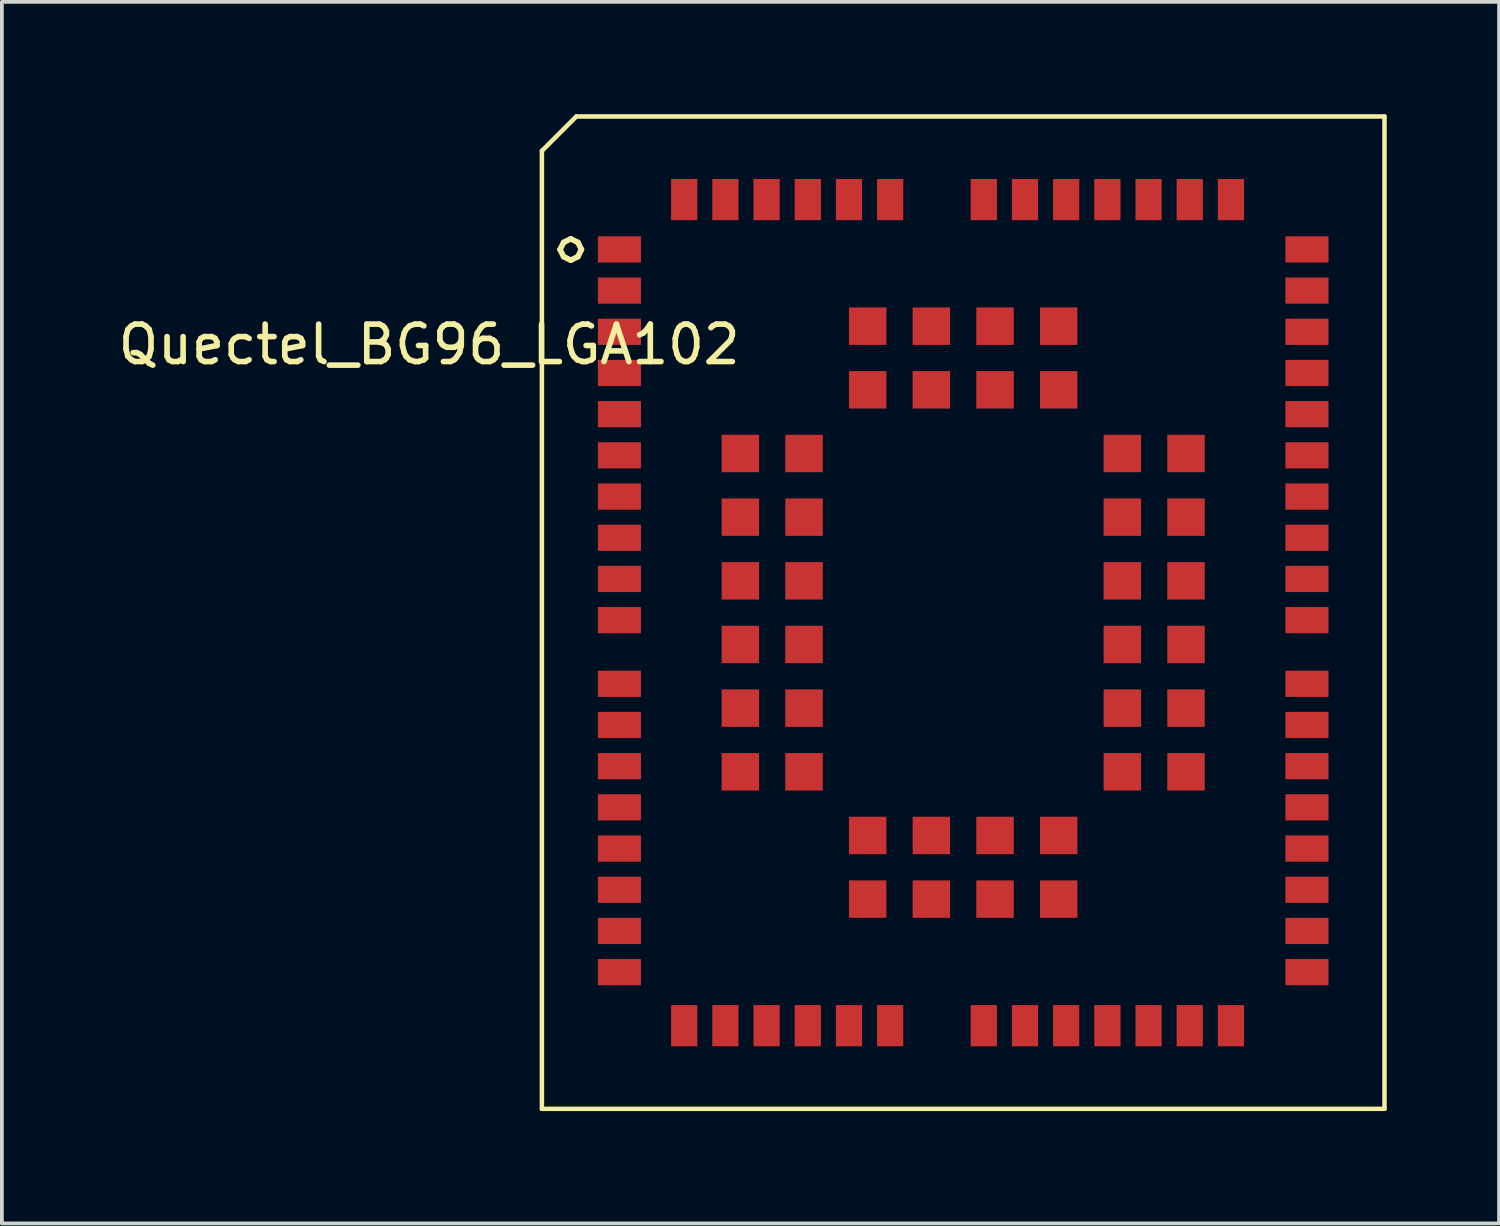
<source format=kicad_pcb>
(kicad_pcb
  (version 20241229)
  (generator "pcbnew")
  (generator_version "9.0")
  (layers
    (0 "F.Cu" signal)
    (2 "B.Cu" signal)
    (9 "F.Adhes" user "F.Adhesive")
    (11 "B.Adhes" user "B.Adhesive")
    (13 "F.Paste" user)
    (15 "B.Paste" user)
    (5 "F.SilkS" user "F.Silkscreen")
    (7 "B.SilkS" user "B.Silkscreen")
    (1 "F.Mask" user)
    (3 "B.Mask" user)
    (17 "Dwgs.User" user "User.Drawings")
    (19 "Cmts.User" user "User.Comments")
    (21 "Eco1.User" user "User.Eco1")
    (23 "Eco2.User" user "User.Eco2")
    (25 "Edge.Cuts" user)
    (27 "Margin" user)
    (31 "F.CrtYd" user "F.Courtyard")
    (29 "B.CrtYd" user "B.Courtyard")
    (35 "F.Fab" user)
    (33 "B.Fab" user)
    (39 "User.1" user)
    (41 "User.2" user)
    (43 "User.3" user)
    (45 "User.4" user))
  (footprint "Quectel_BG96_LGA102"
    (layer "F.Cu")
    (at 13.491 3.61)
    (property "Reference" "Quectel_BG96_LGA102" (at -5.08 2.54 0) (layer "F.SilkS") (effects (font (size 1 1) (thickness 0.15))))
    (attr through_hole)
    (fp_line (start -2.07 -2.63) (end -2.07 22.95) (stroke (width 0.12) (type solid)) (layer "F.SilkS"))
    (fp_line (start -2.07 22.95) (end 20.43 22.95) (stroke (width 0.12) (type solid)) (layer "F.SilkS"))
    (fp_line (start -1.15 -3.55) (end -2.07 -2.63) (stroke (width 0.12) (type solid)) (layer "F.SilkS"))
    (fp_line (start -1.15 -3.55) (end 20.43 -3.55) (stroke (width 0.12) (type solid)) (layer "F.SilkS"))
    (fp_line (start 20.43 -3.55) (end 20.43 22.95) (stroke (width 0.12) (type solid)) (layer "F.SilkS"))
    (fp_text user "°" (at -1.3 0.8 0) (layer "F.SilkS") (effects (font (size 2 2) (thickness 0.15))))
    (pad "1" smd rect (at 0 0) (size 1.15 0.7) (layers "F.Cu" "F.Mask" "F.Paste"))
    (pad "2" smd rect (at 0 1.1) (size 1.15 0.7) (layers "F.Cu" "F.Mask" "F.Paste"))
    (pad "3" smd rect (at 0 2.2) (size 1.15 0.7) (layers "F.Cu" "F.Mask" "F.Paste"))
    (pad "4" smd rect (at 0 3.3) (size 1.15 0.7) (layers "F.Cu" "F.Mask" "F.Paste"))
    (pad "5" smd rect (at 0 4.4) (size 1.15 0.7) (layers "F.Cu" "F.Mask" "F.Paste"))
    (pad "6" smd rect (at 0 5.5) (size 1.15 0.7) (layers "F.Cu" "F.Mask" "F.Paste"))
    (pad "7" smd rect (at 0 6.6) (size 1.15 0.7) (layers "F.Cu" "F.Mask" "F.Paste"))
    (pad "8" smd rect (at 0 7.7) (size 1.15 0.7) (layers "F.Cu" "F.Mask" "F.Paste"))
    (pad "9" smd rect (at 0 8.8) (size 1.15 0.7) (layers "F.Cu" "F.Mask" "F.Paste"))
    (pad "10" smd rect (at 0 9.9) (size 1.15 0.7) (layers "F.Cu" "F.Mask" "F.Paste"))
    (pad "11" smd rect (at 0 11.6) (size 1.15 0.7) (layers "F.Cu" "F.Mask" "F.Paste"))
    (pad "12" smd rect (at 0 12.7) (size 1.15 0.7) (layers "F.Cu" "F.Mask" "F.Paste"))
    (pad "13" smd rect (at 0 13.8) (size 1.15 0.7) (layers "F.Cu" "F.Mask" "F.Paste"))
    (pad "14" smd rect (at 0 14.9) (size 1.15 0.7) (layers "F.Cu" "F.Mask" "F.Paste"))
    (pad "15" smd rect (at 0 16) (size 1.15 0.7) (layers "F.Cu" "F.Mask" "F.Paste"))
    (pad "16" smd rect (at 0 17.1) (size 1.15 0.7) (layers "F.Cu" "F.Mask" "F.Paste"))
    (pad "17" smd rect (at 0 18.2) (size 1.15 0.7) (layers "F.Cu" "F.Mask" "F.Paste"))
    (pad "18" smd rect (at 0 19.3) (size 1.15 0.7) (layers "F.Cu" "F.Mask" "F.Paste"))
    (pad "19" smd rect (at 1.73 20.73) (size 0.7 1.1) (layers "F.Cu" "F.Mask" "F.Paste"))
    (pad "20" smd rect (at 2.83 20.73) (size 0.7 1.1) (layers "F.Cu" "F.Mask" "F.Paste"))
    (pad "21" smd rect (at 3.93 20.73) (size 0.7 1.1) (layers "F.Cu" "F.Mask" "F.Paste"))
    (pad "22" smd rect (at 5.03 20.73) (size 0.7 1.1) (layers "F.Cu" "F.Mask" "F.Paste"))
    (pad "23" smd rect (at 6.13 20.73) (size 0.7 1.1) (layers "F.Cu" "F.Mask" "F.Paste"))
    (pad "24" smd rect (at 7.23 20.73) (size 0.7 1.1) (layers "F.Cu" "F.Mask" "F.Paste"))
    (pad "25" smd rect (at 9.73 20.73) (size 0.7 1.1) (layers "F.Cu" "F.Mask" "F.Paste"))
    (pad "26" smd rect (at 10.83 20.73) (size 0.7 1.1) (layers "F.Cu" "F.Mask" "F.Paste"))
    (pad "27" smd rect (at 11.93 20.73) (size 0.7 1.1) (layers "F.Cu" "F.Mask" "F.Paste"))
    (pad "28" smd rect (at 13.03 20.73) (size 0.7 1.1) (layers "F.Cu" "F.Mask" "F.Paste"))
    (pad "29" smd rect (at 14.13 20.73) (size 0.7 1.1) (layers "F.Cu" "F.Mask" "F.Paste"))
    (pad "30" smd rect (at 15.23 20.73) (size 0.7 1.1) (layers "F.Cu" "F.Mask" "F.Paste"))
    (pad "31" smd rect (at 16.33 20.73) (size 0.7 1.1) (layers "F.Cu" "F.Mask" "F.Paste"))
    (pad "32" smd rect (at 18.36 19.3) (size 1.15 0.7) (layers "F.Cu" "F.Mask" "F.Paste"))
    (pad "33" smd rect (at 18.36 18.2) (size 1.15 0.7) (layers "F.Cu" "F.Mask" "F.Paste"))
    (pad "34" smd rect (at 18.36 17.1) (size 1.15 0.7) (layers "F.Cu" "F.Mask" "F.Paste"))
    (pad "35" smd rect (at 18.36 16) (size 1.15 0.7) (layers "F.Cu" "F.Mask" "F.Paste"))
    (pad "36" smd rect (at 18.36 14.9) (size 1.15 0.7) (layers "F.Cu" "F.Mask" "F.Paste"))
    (pad "37" smd rect (at 18.36 13.8) (size 1.15 0.7) (layers "F.Cu" "F.Mask" "F.Paste"))
    (pad "38" smd rect (at 18.36 12.7) (size 1.15 0.7) (layers "F.Cu" "F.Mask" "F.Paste"))
    (pad "39" smd rect (at 18.36 11.6) (size 1.15 0.7) (layers "F.Cu" "F.Mask" "F.Paste"))
    (pad "40" smd rect (at 18.36 9.9) (size 1.15 0.7) (layers "F.Cu" "F.Mask" "F.Paste"))
    (pad "41" smd rect (at 18.36 8.8) (size 1.15 0.7) (layers "F.Cu" "F.Mask" "F.Paste"))
    (pad "42" smd rect (at 18.36 7.7) (size 1.15 0.7) (layers "F.Cu" "F.Mask" "F.Paste"))
    (pad "43" smd rect (at 18.36 6.6) (size 1.15 0.7) (layers "F.Cu" "F.Mask" "F.Paste"))
    (pad "44" smd rect (at 18.36 5.5) (size 1.15 0.7) (layers "F.Cu" "F.Mask" "F.Paste"))
    (pad "45" smd rect (at 18.36 4.4) (size 1.15 0.7) (layers "F.Cu" "F.Mask" "F.Paste"))
    (pad "46" smd rect (at 18.36 3.3) (size 1.15 0.7) (layers "F.Cu" "F.Mask" "F.Paste"))
    (pad "47" smd rect (at 18.36 2.2) (size 1.15 0.7) (layers "F.Cu" "F.Mask" "F.Paste"))
    (pad "48" smd rect (at 18.36 1.1) (size 1.15 0.7) (layers "F.Cu" "F.Mask" "F.Paste"))
    (pad "49" smd rect (at 18.36 0) (size 1.15 0.7) (layers "F.Cu" "F.Mask" "F.Paste"))
    (pad "50" smd rect (at 16.33 -1.33) (size 0.7 1.1) (layers "F.Cu" "F.Mask" "F.Paste"))
    (pad "51" smd rect (at 15.23 -1.33) (size 0.7 1.1) (layers "F.Cu" "F.Mask" "F.Paste"))
    (pad "52" smd rect (at 14.13 -1.33) (size 0.7 1.1) (layers "F.Cu" "F.Mask" "F.Paste"))
    (pad "53" smd rect (at 13.03 -1.33) (size 0.7 1.1) (layers "F.Cu" "F.Mask" "F.Paste"))
    (pad "54" smd rect (at 11.93 -1.33) (size 0.7 1.1) (layers "F.Cu" "F.Mask" "F.Paste"))
    (pad "55" smd rect (at 10.83 -1.33) (size 0.7 1.1) (layers "F.Cu" "F.Mask" "F.Paste"))
    (pad "56" smd rect (at 9.73 -1.33) (size 0.7 1.1) (layers "F.Cu" "F.Mask" "F.Paste"))
    (pad "57" smd rect (at 7.23 -1.33) (size 0.7 1.1) (layers "F.Cu" "F.Mask" "F.Paste"))
    (pad "58" smd rect (at 6.13 -1.33) (size 0.7 1.1) (layers "F.Cu" "F.Mask" "F.Paste"))
    (pad "59" smd rect (at 5.03 -1.33) (size 0.7 1.1) (layers "F.Cu" "F.Mask" "F.Paste"))
    (pad "60" smd rect (at 3.93 -1.33) (size 0.7 1.1) (layers "F.Cu" "F.Mask" "F.Paste"))
    (pad "61" smd rect (at 2.83 -1.33) (size 0.7 1.1) (layers "F.Cu" "F.Mask" "F.Paste"))
    (pad "62" smd rect (at 1.73 -1.33) (size 0.7 1.1) (layers "F.Cu" "F.Mask" "F.Paste"))
    (pad "63" smd rect (at 3.23 5.45) (size 1 1) (layers "F.Cu" "F.Mask" "F.Paste"))
    (pad "64" smd rect (at 3.23 7.15) (size 1 1) (layers "F.Cu" "F.Mask" "F.Paste"))
    (pad "65" smd rect (at 3.23 8.85) (size 1 1) (layers "F.Cu" "F.Mask" "F.Paste"))
    (pad "66" smd rect (at 3.23 10.55) (size 1 1) (layers "F.Cu" "F.Mask" "F.Paste"))
    (pad "67" smd rect (at 3.23 12.25) (size 1 1) (layers "F.Cu" "F.Mask" "F.Paste"))
    (pad "68" smd rect (at 3.23 13.95) (size 1 1) (layers "F.Cu" "F.Mask" "F.Paste"))
    (pad "69" smd rect (at 6.63 17.35) (size 1 1) (layers "F.Cu" "F.Mask" "F.Paste"))
    (pad "70" smd rect (at 8.33 17.35) (size 1 1) (layers "F.Cu" "F.Mask" "F.Paste"))
    (pad "71" smd rect (at 10.03 17.35) (size 1 1) (layers "F.Cu" "F.Mask" "F.Paste"))
    (pad "72" smd rect (at 11.73 17.35) (size 1 1) (layers "F.Cu" "F.Mask" "F.Paste"))
    (pad "73" smd rect (at 15.13 13.95) (size 1 1) (layers "F.Cu" "F.Mask" "F.Paste"))
    (pad "74" smd rect (at 15.13 12.25) (size 1 1) (layers "F.Cu" "F.Mask" "F.Paste"))
    (pad "75" smd rect (at 15.13 10.55) (size 1 1) (layers "F.Cu" "F.Mask" "F.Paste"))
    (pad "76" smd rect (at 15.13 8.85) (size 1 1) (layers "F.Cu" "F.Mask" "F.Paste"))
    (pad "77" smd rect (at 15.13 7.15) (size 1 1) (layers "F.Cu" "F.Mask" "F.Paste"))
    (pad "78" smd rect (at 15.13 5.45) (size 1 1) (layers "F.Cu" "F.Mask" "F.Paste"))
    (pad "79" smd rect (at 11.73 2.05) (size 1 1) (layers "F.Cu" "F.Mask" "F.Paste"))
    (pad "80" smd rect (at 10.03 2.05) (size 1 1) (layers "F.Cu" "F.Mask" "F.Paste"))
    (pad "81" smd rect (at 8.33 2.05) (size 1 1) (layers "F.Cu" "F.Mask" "F.Paste"))
    (pad "82" smd rect (at 6.63 2.05) (size 1 1) (layers "F.Cu" "F.Mask" "F.Paste"))
    (pad "83" smd rect (at 4.93 5.45) (size 1 1) (layers "F.Cu" "F.Mask" "F.Paste"))
    (pad "84" smd rect (at 4.93 7.15) (size 1 1) (layers "F.Cu" "F.Mask" "F.Paste"))
    (pad "85" smd rect (at 4.93 8.85) (size 1 1) (layers "F.Cu" "F.Mask" "F.Paste"))
    (pad "86" smd rect (at 4.93 10.55) (size 1 1) (layers "F.Cu" "F.Mask" "F.Paste"))
    (pad "87" smd rect (at 4.93 12.25) (size 1 1) (layers "F.Cu" "F.Mask" "F.Paste"))
    (pad "88" smd rect (at 4.93 13.95) (size 1 1) (layers "F.Cu" "F.Mask" "F.Paste"))
    (pad "89" smd rect (at 6.63 15.65) (size 1 1) (layers "F.Cu" "F.Mask" "F.Paste"))
    (pad "90" smd rect (at 8.33 15.65) (size 1 1) (layers "F.Cu" "F.Mask" "F.Paste"))
    (pad "91" smd rect (at 10.03 15.65) (size 1 1) (layers "F.Cu" "F.Mask" "F.Paste"))
    (pad "92" smd rect (at 11.73 15.65) (size 1 1) (layers "F.Cu" "F.Mask" "F.Paste"))
    (pad "93" smd rect (at 13.43 13.95) (size 1 1) (layers "F.Cu" "F.Mask" "F.Paste"))
    (pad "94" smd rect (at 13.43 12.25) (size 1 1) (layers "F.Cu" "F.Mask" "F.Paste"))
    (pad "95" smd rect (at 13.43 10.55) (size 1 1) (layers "F.Cu" "F.Mask" "F.Paste"))
    (pad "96" smd rect (at 13.43 8.85) (size 1 1) (layers "F.Cu" "F.Mask" "F.Paste"))
    (pad "97" smd rect (at 13.43 7.15) (size 1 1) (layers "F.Cu" "F.Mask" "F.Paste"))
    (pad "98" smd rect (at 13.43 5.45) (size 1 1) (layers "F.Cu" "F.Mask" "F.Paste"))
    (pad "99" smd rect (at 11.73 3.75) (size 1 1) (layers "F.Cu" "F.Mask" "F.Paste"))
    (pad "100" smd rect (at 10.03 3.75) (size 1 1) (layers "F.Cu" "F.Mask" "F.Paste"))
    (pad "101" smd rect (at 8.33 3.75) (size 1 1) (layers "F.Cu" "F.Mask" "F.Paste"))
    (pad "102" smd rect (at 6.63 3.75) (size 1 1) (layers "F.Cu" "F.Mask" "F.Paste")))
  (gr_rect
    (start -3 -3)
    (end 36.981 29.62)
    (stroke (width 0.1) (type default))
    (fill no)
    (layer "Edge.Cuts")))
</source>
